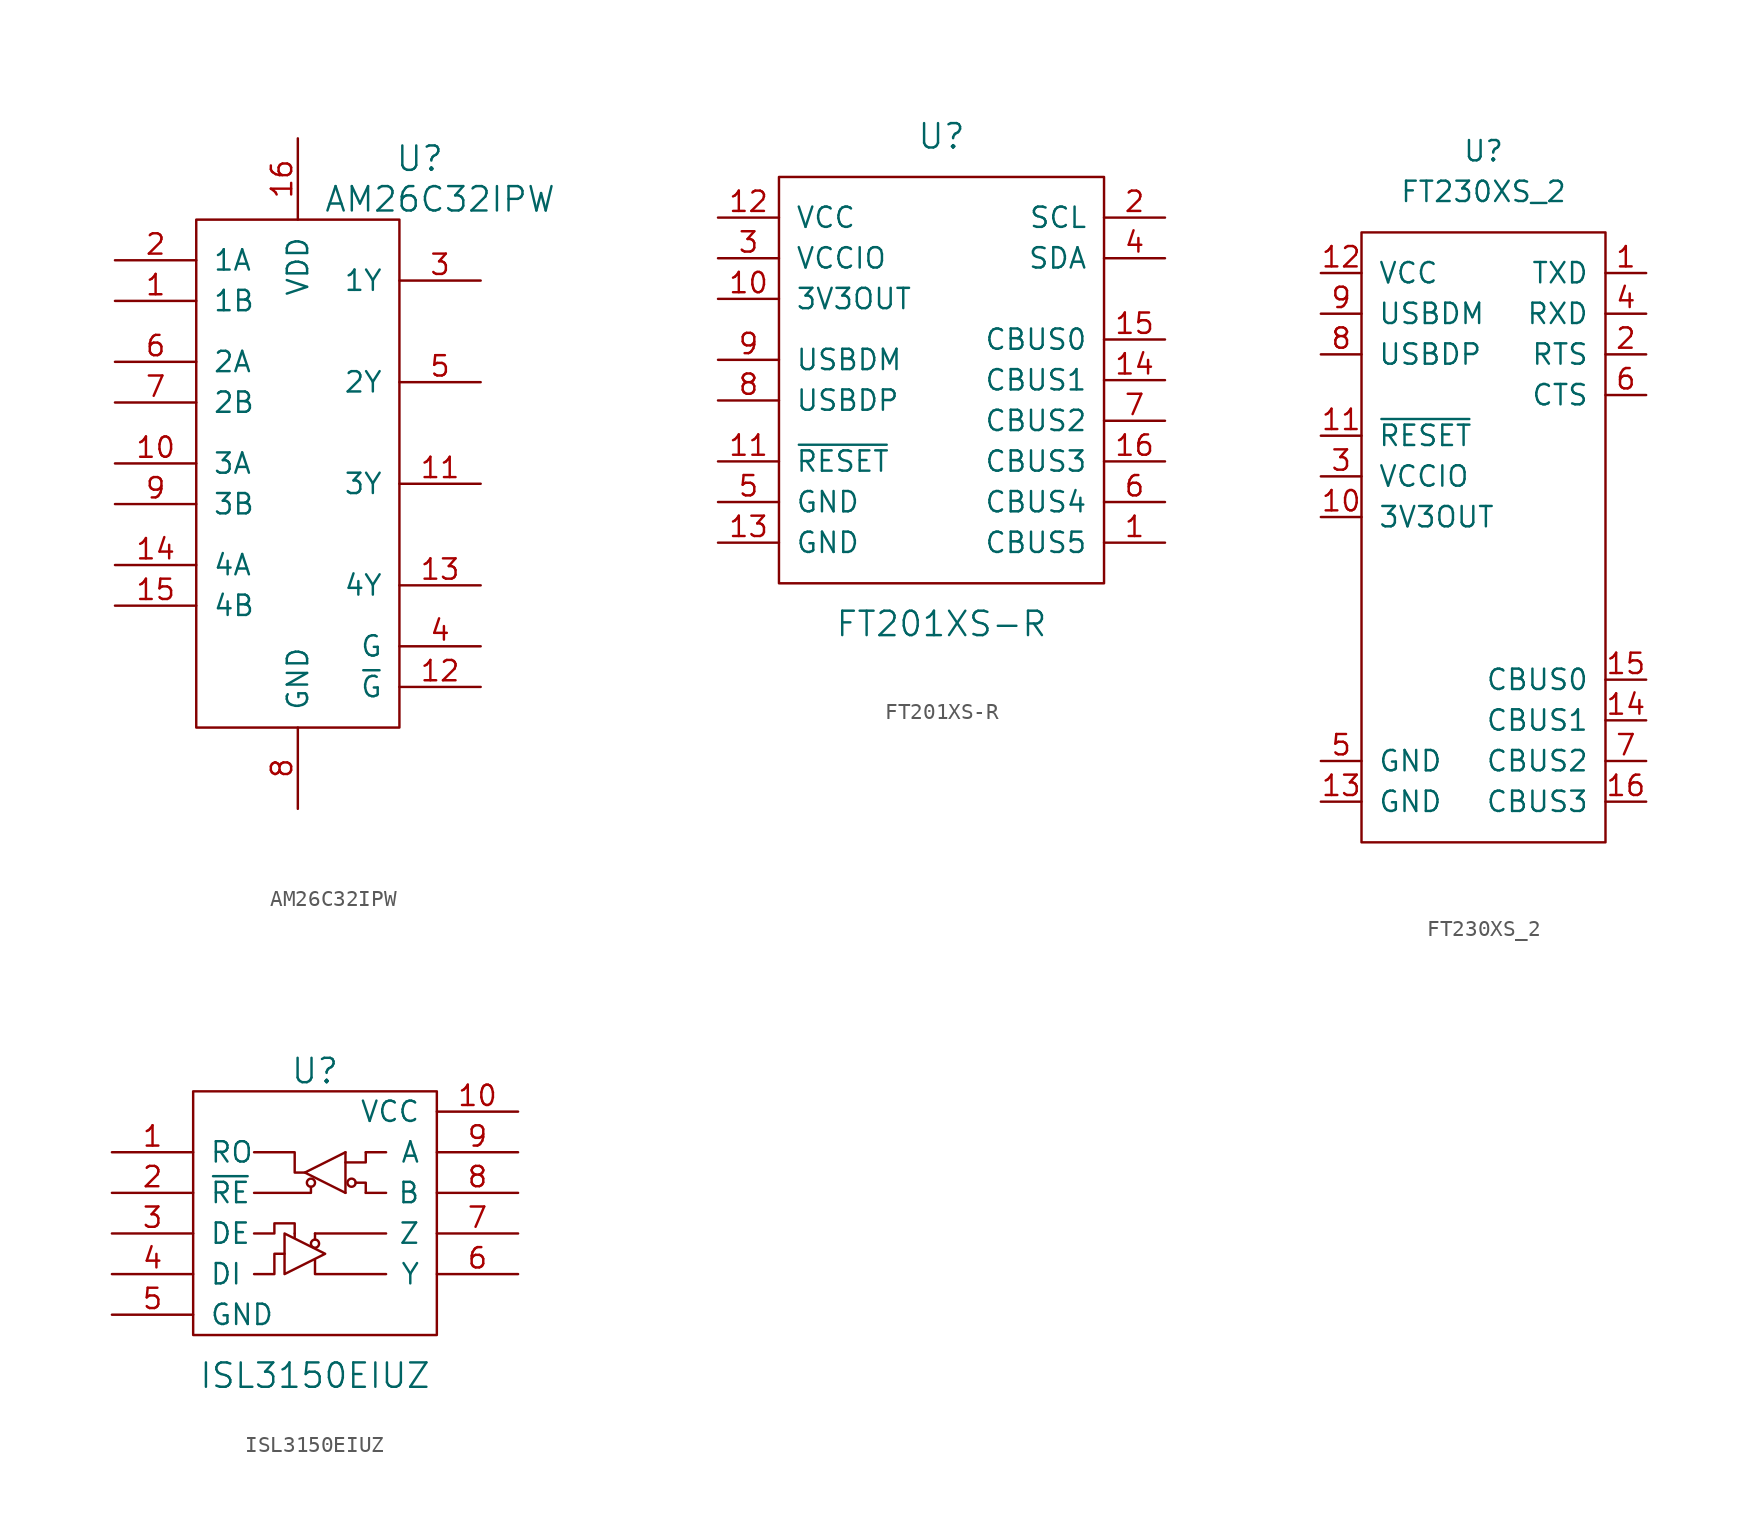
<source format=kicad_sym>
(kicad_symbol_lib
  (version 20201005)
  (generator kicad_symbol_editor)
  (symbol "AM26C32IPW"
    (pin_names
      (offset 1.016))
    (property "Reference" "U"
      (at 7.62 20.32 0)
      (effects (font (size 1.524 1.524))))
    (property "Value" "AM26C32IPW"
      (at 8.89 17.78 0)
      (effects (font (size 1.524 1.524))))
    (symbol "AM26C32IPW_0_1"
      (rectangle (start -6.35 16.51) (end 6.35 -15.24) (stroke (width 0)) (fill (type none))))
    (symbol "AM26C32IPW_1_1"
      (pin input line (at -11.43 11.43 0) (length 5.08) (name "1B" (effects (font (size 1.27 1.27)))) (number "1" (effects (font (size 1.27 1.27)))))
      (pin input line (at -11.43 1.27 0) (length 5.08) (name "3A" (effects (font (size 1.27 1.27)))) (number "10" (effects (font (size 1.27 1.27)))))
      (pin output line (at 11.43 0 180) (length 5.08) (name "3Y" (effects (font (size 1.27 1.27)))) (number "11" (effects (font (size 1.27 1.27)))))
      (pin input line (at 11.43 -12.7 180) (length 5.08) (name "~G" (effects (font (size 1.27 1.27)))) (number "12" (effects (font (size 1.27 1.27)))))
      (pin output line (at 11.43 -6.35 180) (length 5.08) (name "4Y" (effects (font (size 1.27 1.27)))) (number "13" (effects (font (size 1.27 1.27)))))
      (pin input line (at -11.43 -5.08 0) (length 5.08) (name "4A" (effects (font (size 1.27 1.27)))) (number "14" (effects (font (size 1.27 1.27)))))
      (pin input line (at -11.43 -7.62 0) (length 5.08) (name "4B" (effects (font (size 1.27 1.27)))) (number "15" (effects (font (size 1.27 1.27)))))
      (pin power_in line (at 0 21.59 270) (length 5.08) (name "VDD" (effects (font (size 1.27 1.27)))) (number "16" (effects (font (size 1.27 1.27)))))
      (pin input line (at -11.43 13.97 0) (length 5.08) (name "1A" (effects (font (size 1.27 1.27)))) (number "2" (effects (font (size 1.27 1.27)))))
      (pin output line (at 11.43 12.7 180) (length 5.08) (name "1Y" (effects (font (size 1.27 1.27)))) (number "3" (effects (font (size 1.27 1.27)))))
      (pin input line (at 11.43 -10.16 180) (length 5.08) (name "G" (effects (font (size 1.27 1.27)))) (number "4" (effects (font (size 1.27 1.27)))))
      (pin output line (at 11.43 6.35 180) (length 5.08) (name "2Y" (effects (font (size 1.27 1.27)))) (number "5" (effects (font (size 1.27 1.27)))))
      (pin input line (at -11.43 7.62 0) (length 5.08) (name "2A" (effects (font (size 1.27 1.27)))) (number "6" (effects (font (size 1.27 1.27)))))
      (pin input line (at -11.43 5.08 0) (length 5.08) (name "2B" (effects (font (size 1.27 1.27)))) (number "7" (effects (font (size 1.27 1.27)))))
      (pin power_in line (at 0 -20.32 90) (length 5.08) (name "GND" (effects (font (size 1.27 1.27)))) (number "8" (effects (font (size 1.27 1.27)))))
      (pin input line (at -11.43 -1.27 0) (length 5.08) (name "3B" (effects (font (size 1.27 1.27)))) (number "9" (effects (font (size 1.27 1.27)))))))
  (symbol "FT201XS-R"
    (pin_names
      (offset 1.016))
    (property "Reference" "U"
      (at 0 15.24 0)
      (effects (font (size 1.524 1.524))))
    (property "Value" "FT201XS-R"
      (at 0 -15.24 0)
      (effects (font (size 1.524 1.524))))
    (symbol "FT201XS-R_0_1"
      (rectangle (start 10.16 12.7) (end -10.16 -12.7) (stroke (width 0)) (fill (type none))))
    (symbol "FT201XS-R_1_1"
      (pin bidirectional line (at 13.97 -10.16 180) (length 3.81) (name "CBUS5" (effects (font (size 1.27 1.27)))) (number "1" (effects (font (size 1.27 1.27)))))
      (pin power_out line (at -13.97 5.08 0) (length 3.81) (name "3V3OUT" (effects (font (size 1.27 1.27)))) (number "10" (effects (font (size 1.27 1.27)))))
      (pin input line (at -13.97 -5.08 0) (length 3.81) (name "~RESET" (effects (font (size 1.27 1.27)))) (number "11" (effects (font (size 1.27 1.27)))))
      (pin power_in line (at -13.97 10.16 0) (length 3.81) (name "VCC" (effects (font (size 1.27 1.27)))) (number "12" (effects (font (size 1.27 1.27)))))
      (pin power_in line (at -13.97 -10.16 0) (length 3.81) (name "GND" (effects (font (size 1.27 1.27)))) (number "13" (effects (font (size 1.27 1.27)))))
      (pin bidirectional line (at 13.97 0 180) (length 3.81) (name "CBUS1" (effects (font (size 1.27 1.27)))) (number "14" (effects (font (size 1.27 1.27)))))
      (pin bidirectional line (at 13.97 2.54 180) (length 3.81) (name "CBUS0" (effects (font (size 1.27 1.27)))) (number "15" (effects (font (size 1.27 1.27)))))
      (pin bidirectional line (at 13.97 -5.08 180) (length 3.81) (name "CBUS3" (effects (font (size 1.27 1.27)))) (number "16" (effects (font (size 1.27 1.27)))))
      (pin output line (at 13.97 10.16 180) (length 3.81) (name "SCL" (effects (font (size 1.27 1.27)))) (number "2" (effects (font (size 1.27 1.27)))))
      (pin power_in line (at -13.97 7.62 0) (length 3.81) (name "VCCIO" (effects (font (size 1.27 1.27)))) (number "3" (effects (font (size 1.27 1.27)))))
      (pin input line (at 13.97 7.62 180) (length 3.81) (name "SDA" (effects (font (size 1.27 1.27)))) (number "4" (effects (font (size 1.27 1.27)))))
      (pin power_in line (at -13.97 -7.62 0) (length 3.81) (name "GND" (effects (font (size 1.27 1.27)))) (number "5" (effects (font (size 1.27 1.27)))))
      (pin bidirectional line (at 13.97 -7.62 180) (length 3.81) (name "CBUS4" (effects (font (size 1.27 1.27)))) (number "6" (effects (font (size 1.27 1.27)))))
      (pin bidirectional line (at 13.97 -2.54 180) (length 3.81) (name "CBUS2" (effects (font (size 1.27 1.27)))) (number "7" (effects (font (size 1.27 1.27)))))
      (pin input line (at -13.97 -1.27 0) (length 3.81) (name "USBDP" (effects (font (size 1.27 1.27)))) (number "8" (effects (font (size 1.27 1.27)))))
      (pin input line (at -13.97 1.27 0) (length 3.81) (name "USBDM" (effects (font (size 1.27 1.27)))) (number "9" (effects (font (size 1.27 1.27)))))))
  (symbol "FT230XS_2"
    (pin_names
      (offset 1.016))
    (property "Reference" "U"
      (at 0 24.13 0)
      (effects (font (size 1.27 1.27))))
    (property "Value" "FT230XS_2"
      (at 0 21.59 0)
      (effects (font (size 1.27 1.27))))
    (symbol "FT230XS_2_0_1"
      (rectangle (start -7.62 19.05) (end 7.62 -19.05) (stroke (width 0)) (fill (type none))))
    (symbol "FT230XS_2_1_1"
      (pin output line (at 10.16 16.51 180) (length 2.54) (name "TXD" (effects (font (size 1.27 1.27)))) (number "1" (effects (font (size 1.27 1.27)))))
      (pin power_out line (at -10.16 1.27 0) (length 2.54) (name "3V3OUT" (effects (font (size 1.27 1.27)))) (number "10" (effects (font (size 1.27 1.27)))))
      (pin input line (at -10.16 6.35 0) (length 2.54) (name "~RESET" (effects (font (size 1.27 1.27)))) (number "11" (effects (font (size 1.27 1.27)))))
      (pin power_in line (at -10.16 16.51 0) (length 2.54) (name "VCC" (effects (font (size 1.27 1.27)))) (number "12" (effects (font (size 1.27 1.27)))))
      (pin power_in line (at -10.16 -16.51 0) (length 2.54) (name "GND" (effects (font (size 1.27 1.27)))) (number "13" (effects (font (size 1.27 1.27)))))
      (pin bidirectional line (at 10.16 -11.43 180) (length 2.54) (name "CBUS1" (effects (font (size 1.27 1.27)))) (number "14" (effects (font (size 1.27 1.27)))))
      (pin bidirectional line (at 10.16 -8.89 180) (length 2.54) (name "CBUS0" (effects (font (size 1.27 1.27)))) (number "15" (effects (font (size 1.27 1.27)))))
      (pin bidirectional line (at 10.16 -16.51 180) (length 2.54) (name "CBUS3" (effects (font (size 1.27 1.27)))) (number "16" (effects (font (size 1.27 1.27)))))
      (pin output line (at 10.16 11.43 180) (length 2.54) (name "RTS" (effects (font (size 1.27 1.27)))) (number "2" (effects (font (size 1.27 1.27)))))
      (pin power_in line (at -10.16 3.81 0) (length 2.54) (name "VCCIO" (effects (font (size 1.27 1.27)))) (number "3" (effects (font (size 1.27 1.27)))))
      (pin input line (at 10.16 13.97 180) (length 2.54) (name "RXD" (effects (font (size 1.27 1.27)))) (number "4" (effects (font (size 1.27 1.27)))))
      (pin power_in line (at -10.16 -13.97 0) (length 2.54) (name "GND" (effects (font (size 1.27 1.27)))) (number "5" (effects (font (size 1.27 1.27)))))
      (pin input line (at 10.16 8.89 180) (length 2.54) (name "CTS" (effects (font (size 1.27 1.27)))) (number "6" (effects (font (size 1.27 1.27)))))
      (pin bidirectional line (at 10.16 -13.97 180) (length 2.54) (name "CBUS2" (effects (font (size 1.27 1.27)))) (number "7" (effects (font (size 1.27 1.27)))))
      (pin bidirectional line (at -10.16 11.43 0) (length 2.54) (name "USBDP" (effects (font (size 1.27 1.27)))) (number "8" (effects (font (size 1.27 1.27)))))
      (pin bidirectional line (at -10.16 13.97 0) (length 2.54) (name "USBDM" (effects (font (size 1.27 1.27)))) (number "9" (effects (font (size 1.27 1.27)))))))
  (symbol "ISL3150EIUZ"
    (pin_names
      (offset 1.016))
    (property "Reference" "U"
      (at 0 8.89 0)
      (effects (font (size 1.524 1.524))))
    (property "Value" "ISL3150EIUZ"
      (at 0 -10.16 0)
      (effects (font (size 1.524 1.524))))
    (symbol "ISL3150EIUZ_0_1"
      (circle (center -0.254 1.905) (radius 0.254) (stroke (width 0)) (fill (type none)))
      (circle (center 0 -1.905) (radius 0.254) (stroke (width 0)) (fill (type none)))
      (circle (center 2.286 1.905) (radius 0.254) (stroke (width 0)) (fill (type none)))
      (rectangle (start -7.62 7.62) (end 7.62 -7.62) (stroke (width 0)) (fill (type none)))
      (polyline (pts (xy -1.27 -1.27) (xy -1.27 -1.524)) (stroke (width 0)) (fill (type none)))
      (polyline (pts (xy 0 -1.27) (xy 0 -1.651)) (stroke (width 0)) (fill (type none)))
      (polyline (pts (xy 1.905 3.81) (xy 1.905 1.27)) (stroke (width 0)) (fill (type none)))
      (polyline (pts (xy 3.175 1.27) (xy 4.445 1.27)) (stroke (width 0)) (fill (type none)))
      (polyline (pts (xy 4.445 -1.27) (xy 0 -1.27)) (stroke (width 0)) (fill (type none)))
      (polyline (pts (xy 4.445 3.81) (xy 3.175 3.81)) (stroke (width 0)) (fill (type none)))
      (polyline (pts (xy -0.254 1.651) (xy -0.254 1.27) (xy -3.81 1.27)) (stroke (width 0)) (fill (type none)))
      (polyline (pts (xy 0 -2.921) (xy 0 -3.81) (xy 4.445 -3.81)) (stroke (width 0)) (fill (type none)))
      (polyline (pts (xy 1.905 1.27) (xy -0.635 2.54) (xy 1.905 3.81)) (stroke (width 0)) (fill (type none)))
      (polyline (pts (xy 3.175 1.27) (xy 3.175 1.905) (xy 2.54 1.905)) (stroke (width 0)) (fill (type none)))
      (polyline (pts (xy 3.175 3.81) (xy 3.175 3.175) (xy 1.905 3.175)) (stroke (width 0)) (fill (type none)))
      (polyline (pts (xy -3.81 -3.81) (xy -2.54 -3.81) (xy -2.54 -2.54) (xy -1.905 -2.54)) (stroke (width 0)) (fill (type none)))
      (polyline (pts (xy -1.905 -1.27) (xy -1.905 -3.81) (xy 0.635 -2.54) (xy -1.905 -1.27)) (stroke (width 0)) (fill (type none)))
      (polyline (pts (xy -0.635 2.54) (xy -1.27 2.54) (xy -1.27 3.81) (xy -3.81 3.81)) (stroke (width 0)) (fill (type none)))
      (polyline (pts (xy -3.81 -1.27) (xy -2.54 -1.27) (xy -2.54 -0.635) (xy -1.27 -0.635) (xy -1.27 -1.27)) (stroke (width 0)) (fill (type none))))
    (symbol "ISL3150EIUZ_1_1"
      (pin output line (at -12.7 3.81 0) (length 5.08) (name "RO" (effects (font (size 1.27 1.27)))) (number "1" (effects (font (size 1.27 1.27)))))
      (pin power_in line (at 12.7 6.35 180) (length 5.08) (name "VCC" (effects (font (size 1.27 1.27)))) (number "10" (effects (font (size 1.27 1.27)))))
      (pin input line (at -12.7 1.27 0) (length 5.08) (name "~RE" (effects (font (size 1.27 1.27)))) (number "2" (effects (font (size 1.27 1.27)))))
      (pin input line (at -12.7 -1.27 0) (length 5.08) (name "DE" (effects (font (size 1.27 1.27)))) (number "3" (effects (font (size 1.27 1.27)))))
      (pin input line (at -12.7 -3.81 0) (length 5.08) (name "DI" (effects (font (size 1.27 1.27)))) (number "4" (effects (font (size 1.27 1.27)))))
      (pin power_in line (at -12.7 -6.35 0) (length 5.08) (name "GND" (effects (font (size 1.27 1.27)))) (number "5" (effects (font (size 1.27 1.27)))))
      (pin output line (at 12.7 -3.81 180) (length 5.08) (name "Y" (effects (font (size 1.27 1.27)))) (number "6" (effects (font (size 1.27 1.27)))))
      (pin output line (at 12.7 -1.27 180) (length 5.08) (name "Z" (effects (font (size 1.27 1.27)))) (number "7" (effects (font (size 1.27 1.27)))))
      (pin input line (at 12.7 1.27 180) (length 5.08) (name "B" (effects (font (size 1.27 1.27)))) (number "8" (effects (font (size 1.27 1.27)))))
      (pin input line (at 12.7 3.81 180) (length 5.08) (name "A" (effects (font (size 1.27 1.27)))) (number "9" (effects (font (size 1.27 1.27))))))))
</source>
